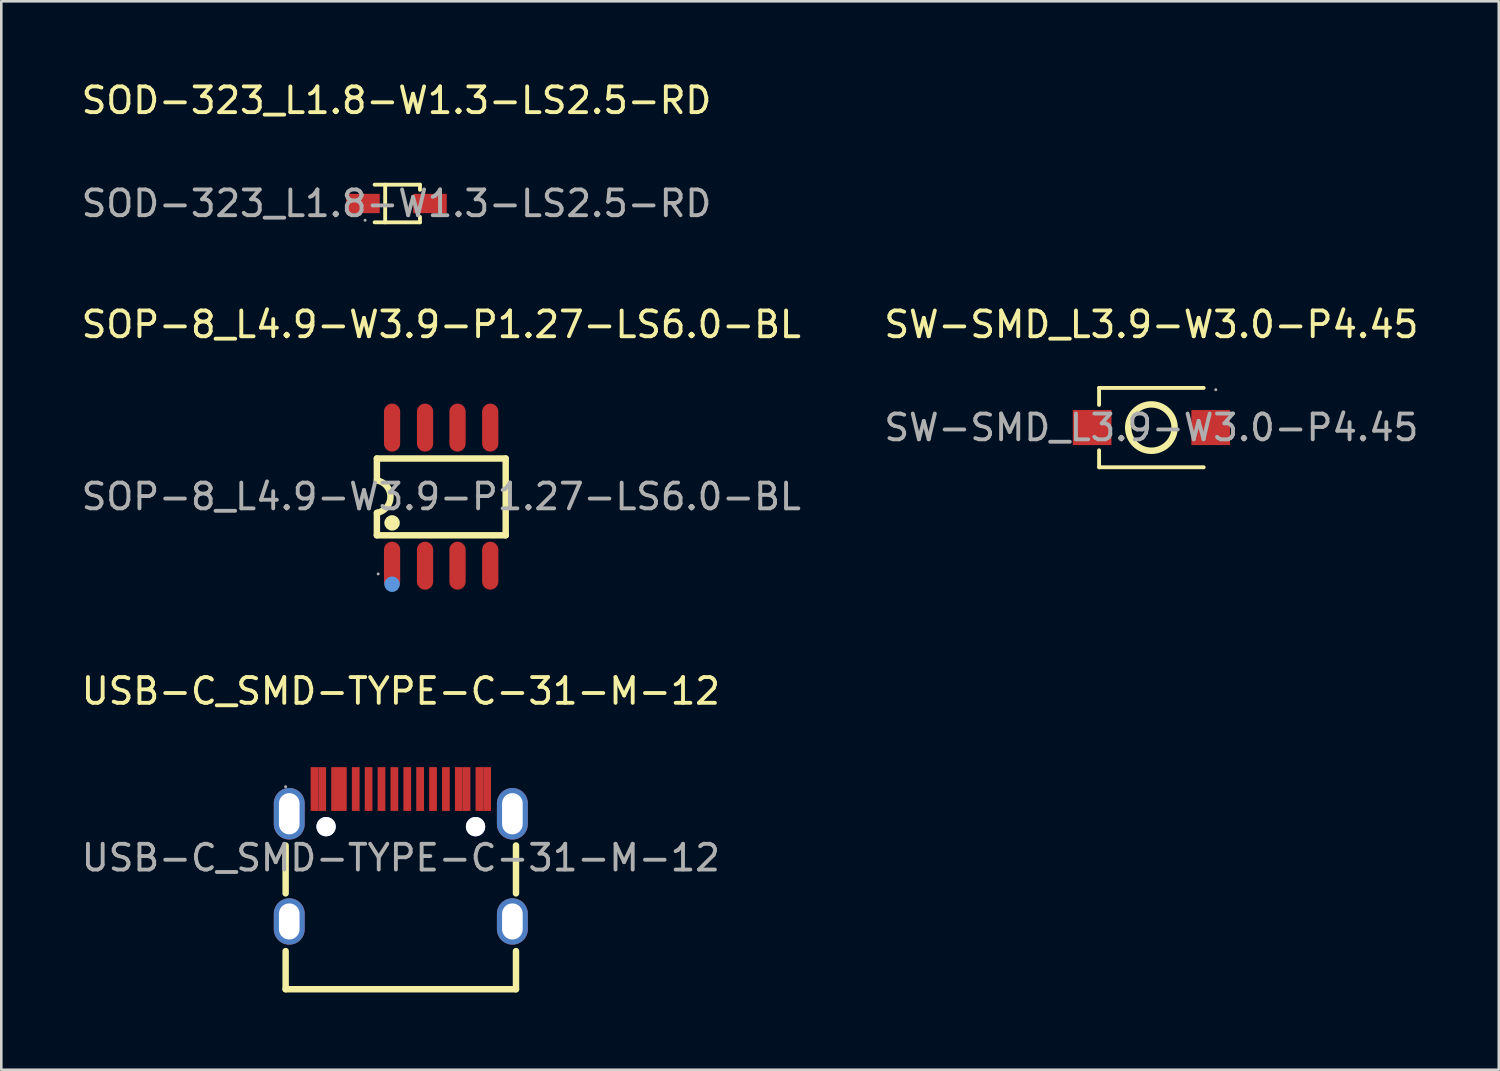
<source format=kicad_pcb>
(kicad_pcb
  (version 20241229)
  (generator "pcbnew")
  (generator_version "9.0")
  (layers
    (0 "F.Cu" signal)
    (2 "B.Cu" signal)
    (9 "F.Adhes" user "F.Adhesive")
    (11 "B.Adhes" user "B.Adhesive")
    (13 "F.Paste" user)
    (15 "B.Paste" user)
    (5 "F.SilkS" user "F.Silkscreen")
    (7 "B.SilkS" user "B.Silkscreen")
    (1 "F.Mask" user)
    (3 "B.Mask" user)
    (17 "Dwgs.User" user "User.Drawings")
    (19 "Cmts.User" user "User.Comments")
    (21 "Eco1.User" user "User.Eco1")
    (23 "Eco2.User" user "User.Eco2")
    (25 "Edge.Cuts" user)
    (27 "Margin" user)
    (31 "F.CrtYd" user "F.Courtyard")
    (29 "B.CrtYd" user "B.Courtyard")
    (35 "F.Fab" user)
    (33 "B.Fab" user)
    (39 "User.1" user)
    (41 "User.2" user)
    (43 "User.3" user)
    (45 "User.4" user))
  (footprint "SOD-323_L1.8-W1.3-LS2.5-RD"
    (layer "F.Cu")
    (at 12.339 4.848)
    (property "Reference" "SOD-323_L1.8-W1.3-LS2.5-RD" (at 0 -4 0) (layer "F.SilkS") (effects (font (size 1 1) (thickness 0.15))))
    (attr smd)
    (fp_line (start -0.85 -0.73) (end 0.91 -0.73) (stroke (width 0.15) (type solid)) (layer "F.SilkS"))
    (fp_line (start -0.85 0.73) (end 0.91 0.73) (stroke (width 0.15) (type solid)) (layer "F.SilkS"))
    (fp_line (start -0.44 -0.73) (end -0.44 0.73) (stroke (width 0.15) (type solid)) (layer "F.SilkS"))
    (fp_line (start 0.91 -0.73) (end 0.91 -0.53) (stroke (width 0.15) (type solid)) (layer "F.SilkS"))
    (fp_line (start 0.91 0.73) (end 0.91 0.52) (stroke (width 0.15) (type solid)) (layer "F.SilkS"))
    (fp_circle (center -1.22 0.65) (end -1.19 0.65) (stroke (width 0.06) (type solid)) (fill no) (layer "F.Fab"))
    (fp_text user "${REFERENCE}" (at 0 0 0) (layer "F.Fab") (effects (font (size 1 1) (thickness 0.15))))
    (pad "1" smd rect (at -1.3 0) (size 1.3 0.75) (layers "F.Cu" "F.Mask" "F.Paste"))
    (pad "2" smd rect (at 1.3 0) (size 1.3 0.75) (layers "F.Cu" "F.Mask" "F.Paste")))
  (footprint "USB-C_SMD-TYPE-C-31-M-12"
    (layer "F.Cu")
    (at 12.506 30.243)
    (property "Reference" "USB-C_SMD-TYPE-C-31-M-12" (at 0 -6.47 0) (layer "F.SilkS") (effects (font (size 1 1) (thickness 0.15))))
    (attr smd)
    (fp_line (start -4.47 1.38) (end -4.47 -0.48) (stroke (width 0.25) (type solid)) (layer "F.SilkS"))
    (fp_line (start -4.47 5.1) (end -4.47 3.62) (stroke (width 0.25) (type solid)) (layer "F.SilkS"))
    (fp_line (start 4.47 1.38) (end 4.47 -0.48) (stroke (width 0.25) (type solid)) (layer "F.SilkS"))
    (fp_line (start 4.47 5.1) (end -4.47 5.1) (stroke (width 0.25) (type solid)) (layer "F.SilkS"))
    (fp_line (start 4.47 5.1) (end 4.47 3.62) (stroke (width 0.25) (type solid)) (layer "F.SilkS"))
    (fp_circle (center -2.9 -1.21) (end -2.78 -1.21) (stroke (width 0.25) (type solid)) (fill no) (layer "Cmts.User"))
    (fp_circle (center 2.9 -1.21) (end 3.02 -1.21) (stroke (width 0.25) (type solid)) (fill no) (layer "Cmts.User"))
    (fp_circle (center -4.47 -2.76) (end -4.44 -2.76) (stroke (width 0.06) (type solid)) (fill no) (layer "F.Fab"))
    (fp_text user "${REFERENCE}" (at 0 0 0) (layer "F.Fab") (effects (font (size 1 1) (thickness 0.15))))
    (pad "" thru_hole circle (at -2.9 -1.21) (size 0.75 0.75) (drill 0.75) (layers "*.Cu" "*.Mask"))
    (pad "" thru_hole circle (at 2.9 -1.21) (size 0.75 0.75) (drill 0.75) (layers "*.Cu" "*.Mask"))
    (pad "0" thru_hole oval (at -4.33 -1.71) (size 1.2 2) (drill oval 0.8 1.6) (layers "*.Cu" "*.Mask"))
    (pad "1" thru_hole oval (at 4.33 -1.71) (size 1.2 2) (drill oval 0.8 1.6) (layers "*.Cu" "*.Mask"))
    (pad "2" thru_hole oval (at 4.33 2.47) (size 1.2 1.8) (drill oval 0.8 1.4) (layers "*.Cu" "*.Mask"))
    (pad "3" thru_hole oval (at -4.33 2.47) (size 1.2 1.8) (drill oval 0.8 1.4) (layers "*.Cu" "*.Mask"))
    (pad "A1" smd rect (at -3.35 -2.67) (size 0.3 1.7) (layers "F.Cu" "F.Mask" "F.Paste"))
    (pad "A4" smd rect (at -2.55 -2.67) (size 0.3 1.7) (layers "F.Cu" "F.Mask" "F.Paste"))
    (pad "A5" smd rect (at -1.25 -2.67) (size 0.3 1.7) (layers "F.Cu" "F.Mask" "F.Paste"))
    (pad "A6" smd rect (at -0.25 -2.67) (size 0.3 1.7) (layers "F.Cu" "F.Mask" "F.Paste"))
    (pad "A7" smd rect (at 0.25 -2.67) (size 0.3 1.7) (layers "F.Cu" "F.Mask" "F.Paste"))
    (pad "A8" smd rect (at 1.25 -2.67) (size 0.3 1.7) (layers "F.Cu" "F.Mask" "F.Paste"))
    (pad "A9" smd rect (at 2.55 -2.67) (size 0.3 1.7) (layers "F.Cu" "F.Mask" "F.Paste"))
    (pad "A12" smd rect (at 3.35 -2.67) (size 0.3 1.7) (layers "F.Cu" "F.Mask" "F.Paste"))
    (pad "B1" smd rect (at 3.05 -2.67) (size 0.3 1.7) (layers "F.Cu" "F.Mask" "F.Paste"))
    (pad "B4" smd rect (at 2.25 -2.67) (size 0.3 1.7) (layers "F.Cu" "F.Mask" "F.Paste"))
    (pad "B5" smd rect (at 1.75 -2.67) (size 0.3 1.7) (layers "F.Cu" "F.Mask" "F.Paste"))
    (pad "B6" smd rect (at 0.75 -2.67) (size 0.3 1.7) (layers "F.Cu" "F.Mask" "F.Paste"))
    (pad "B7" smd rect (at -0.75 -2.67) (size 0.3 1.7) (layers "F.Cu" "F.Mask" "F.Paste"))
    (pad "B8" smd rect (at -1.75 -2.67) (size 0.3 1.7) (layers "F.Cu" "F.Mask" "F.Paste"))
    (pad "B9" smd rect (at -2.25 -2.67) (size 0.3 1.7) (layers "F.Cu" "F.Mask" "F.Paste"))
    (pad "B12" smd rect (at -3.05 -2.67) (size 0.3 1.7) (layers "F.Cu" "F.Mask" "F.Paste")))
  (footprint "SW-SMD_L3.9-W3.0-P4.45"
    (layer "F.Cu")
    (at 41.637 13.545)
    (property "Reference" "SW-SMD_L3.9-W3.0-P4.45" (at 0 -4 0) (layer "F.SilkS") (effects (font (size 1 1) (thickness 0.15))))
    (attr smd)
    (fp_line (start -2.03 -1.54) (end -2.03 -0.88) (stroke (width 0.15) (type solid)) (layer "F.SilkS"))
    (fp_line (start -2.03 1.54) (end -2.03 0.88) (stroke (width 0.15) (type solid)) (layer "F.SilkS"))
    (fp_line (start 2.03 -1.54) (end -2.03 -1.54) (stroke (width 0.15) (type solid)) (layer "F.SilkS"))
    (fp_line (start 2.03 1.54) (end -2.03 1.54) (stroke (width 0.15) (type solid)) (layer "F.SilkS"))
    (fp_circle (center 0 0) (end 0.9 0) (stroke (width 0.25) (type solid)) (fill no) (layer "F.SilkS"))
    (fp_circle (center 2.5 -1.47) (end 2.53 -1.47) (stroke (width 0.06) (type solid)) (fill no) (layer "F.Fab"))
    (fp_text user "${REFERENCE}" (at 0 0 0) (layer "F.Fab") (effects (font (size 1 1) (thickness 0.15))))
    (pad "1" smd rect (at -2.3 0) (size 1.5 1.36) (layers "F.Cu" "F.Mask" "F.Paste"))
    (pad "2" smd rect (at 2.3 0) (size 1.5 1.36) (layers "F.Cu" "F.Mask" "F.Paste")))
  (footprint "SOP-8_L4.9-W3.9-P1.27-LS6.0-BL"
    (layer "F.Cu")
    (at 14.077 16.225)
    (property "Reference" "SOP-8_L4.9-W3.9-P1.27-LS6.0-BL" (at 0 -6.68 0) (layer "F.SilkS") (effects (font (size 1 1) (thickness 0.15))))
    (attr smd)
    (fp_line (start -2.5 -1.48) (end 2.5 -1.48) (stroke (width 0.25) (type solid)) (layer "F.SilkS"))
    (fp_line (start -2.5 -0.63) (end -2.5 -1.48) (stroke (width 0.25) (type solid)) (layer "F.SilkS"))
    (fp_line (start -2.5 0.63) (end -2.5 1.5) (stroke (width 0.25) (type solid)) (layer "F.SilkS"))
    (fp_line (start -2.5 1.5) (end 2.5 1.5) (stroke (width 0.25) (type solid)) (layer "F.SilkS"))
    (fp_line (start 2.5 1.5) (end 2.5 -1.48) (stroke (width 0.25) (type solid)) (layer "F.SilkS"))
    (fp_arc (start -2.5 -0.63) (mid -1.970474 -0.002632) (end -2.494818 0.629073) (stroke (width 0.25) (type solid)) (layer "F.SilkS"))
    (fp_circle (center -1.91 1.02) (end -1.76 1.02) (stroke (width 0.3) (type solid)) (fill no) (layer "F.SilkS"))
    (fp_circle (center -1.91 3.4) (end -1.76 3.4) (stroke (width 0.3) (type solid)) (fill no) (layer "Cmts.User"))
    (fp_circle (center -2.45 3) (end -2.42 3) (stroke (width 0.06) (type solid)) (fill no) (layer "F.Fab"))
    (fp_text user "${REFERENCE}" (at 0 0 0) (layer "F.Fab") (effects (font (size 1 1) (thickness 0.15))))
    (pad "1" smd oval (at -1.91 2.68) (size 0.63 1.86) (layers "F.Cu" "F.Mask" "F.Paste"))
    (pad "2" smd oval (at -0.63 2.68) (size 0.63 1.86) (layers "F.Cu" "F.Mask" "F.Paste"))
    (pad "3" smd oval (at 0.63 2.68) (size 0.63 1.86) (layers "F.Cu" "F.Mask" "F.Paste"))
    (pad "4" smd oval (at 1.9 2.68) (size 0.63 1.86) (layers "F.Cu" "F.Mask" "F.Paste"))
    (pad "5" smd oval (at 1.9 -2.68) (size 0.63 1.86) (layers "F.Cu" "F.Mask" "F.Paste"))
    (pad "6" smd oval (at 0.63 -2.68) (size 0.63 1.86) (layers "F.Cu" "F.Mask" "F.Paste"))
    (pad "7" smd oval (at -0.63 -2.68) (size 0.63 1.86) (layers "F.Cu" "F.Mask" "F.Paste"))
    (pad "8" smd oval (at -1.91 -2.68) (size 0.63 1.86) (layers "F.Cu" "F.Mask" "F.Paste")))
  (gr_rect
    (start -3 -3)
    (end 55.119 38.468)
    (stroke (width 0.1) (type default))
    (fill no)
    (layer "Edge.Cuts")))
</source>
